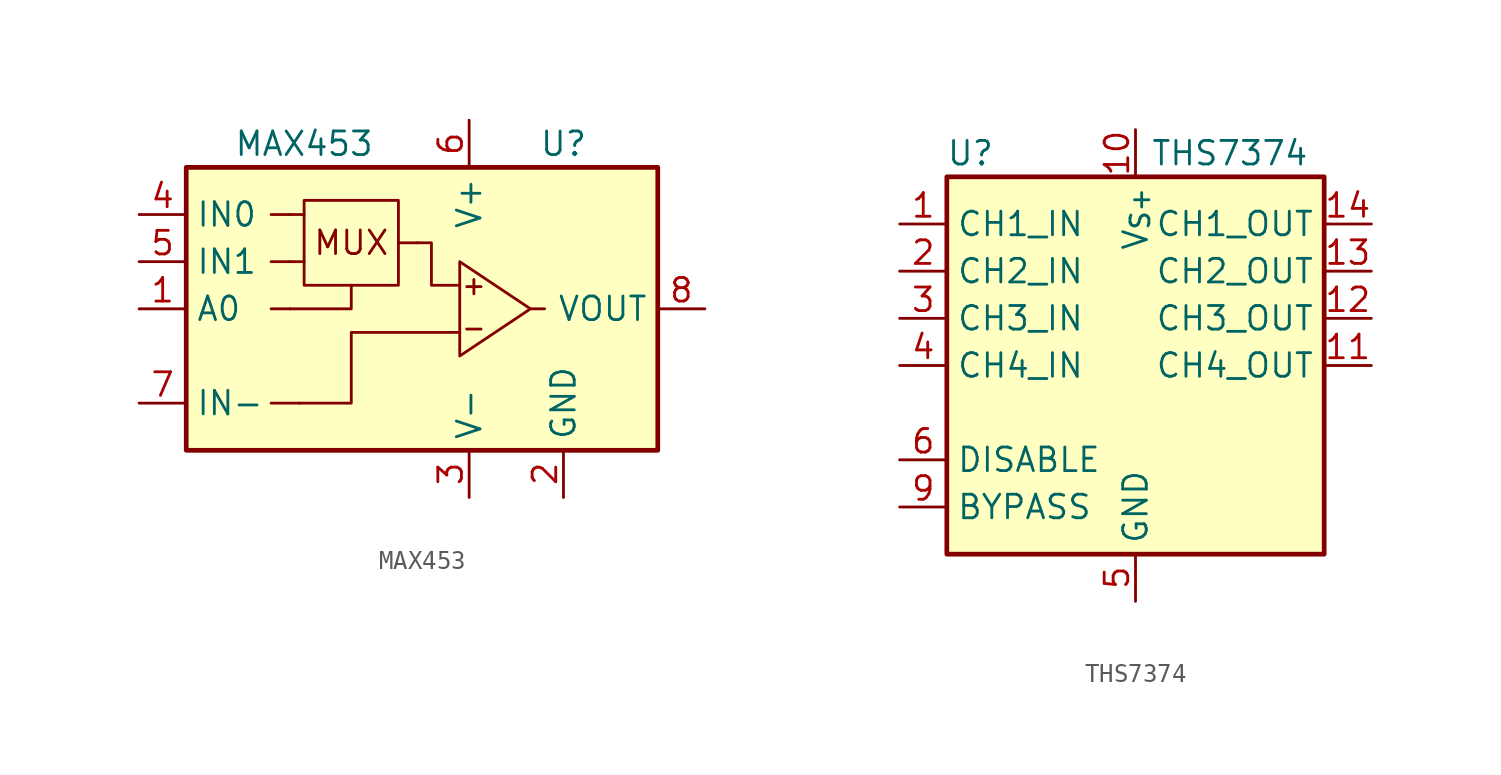
<source format=kicad_sym>
(kicad_symbol_lib
  (version 20211014)
  (generator kicad_symbol_editor)
  (symbol "MAX453"
    (property "Reference" "U"
      (at 7.62 8.89 0)
      (effects (font (size 1.27 1.27))))
    (property "Value" "MAX453"
      (at -6.35 8.89 0)
      (effects (font (size 1.27 1.27))))
    (symbol "MAX453_0_0"
      (rectangle (start -12.7 7.62) (end 12.7 -7.62) (stroke (width 0.254) (type default) (color 0 0 0 0)) (fill (type background)))
      (rectangle (start -6.35 5.842) (end -1.27 1.27) (stroke (width 0) (type default) (color 0 0 0 0)) (fill (type none)))
      (polyline (pts (xy -6.35 2.54) (xy -7.112 2.54)) (stroke (width 0) (type default) (color 0 0 0 0)) (fill (type none)))
      (polyline (pts (xy -6.35 5.08) (xy -7.112 5.08)) (stroke (width 0) (type default) (color 0 0 0 0)) (fill (type none)))
      (polyline (pts (xy -1.27 3.556) (xy -0.254 3.556)) (stroke (width 0) (type default) (color 0 0 0 0)) (fill (type none)))
      (polyline (pts (xy -3.81 1.27) (xy -3.81 0) (xy -7.112 0)) (stroke (width 0) (type default) (color 0 0 0 0)) (fill (type none)))
      (polyline (pts (xy 2.032 1.27) (xy 0.508 1.27) (xy 0.508 3.556) (xy -0.254 3.556)) (stroke (width 0) (type default) (color 0 0 0 0)) (fill (type none)))
      (polyline (pts (xy 5.842 0) (xy 2.032 2.54) (xy 2.032 -2.54) (xy 5.842 0)) (stroke (width 0) (type default) (color 0 0 0 0)) (fill (type none)))
      (polyline (pts (xy 2.032 -1.27) (xy 0.508 -1.27) (xy -3.81 -1.27) (xy -3.81 -5.08) (xy -6.604 -5.08)) (stroke (width 0) (type default) (color 0 0 0 0)) (fill (type none)))
      (text "+" (at 2.794 1.27 0) (effects (font (size 1.016 1.016))))
      (text "-" (at 2.794 -1.016 0) (effects (font (size 1.016 1.016))))
      (text "MUX" (at -3.81 3.556 0) (effects (font (size 1.27 1.27)))))
    (symbol "MAX453_0_1"
      (polyline (pts (xy -8.128 2.54) (xy -7.112 2.54)) (stroke (width 0) (type default) (color 0 0 0 0)) (fill (type none)))
      (polyline (pts (xy -7.112 0) (xy -8.128 0)) (stroke (width 0) (type default) (color 0 0 0 0)) (fill (type none)))
      (polyline (pts (xy -7.112 5.08) (xy -8.128 5.08)) (stroke (width 0) (type default) (color 0 0 0 0)) (fill (type none)))
      (polyline (pts (xy -6.604 -5.08) (xy -8.128 -5.08)) (stroke (width 0) (type default) (color 0 0 0 0)) (fill (type none)))
      (polyline (pts (xy 5.842 0) (xy 6.604 0)) (stroke (width 0) (type default) (color 0 0 0 0)) (fill (type none))))
    (symbol "MAX453_1_1"
      (pin input line (at -15.24 0 0) (length 2.54) (name "A0" (effects (font (size 1.27 1.27)))) (number "1" (effects (font (size 1.27 1.27)))))
      (pin power_in line (at 7.62 -10.16 90) (length 2.54) (name "GND" (effects (font (size 1.27 1.27)))) (number "2" (effects (font (size 1.27 1.27)))))
      (pin power_in line (at 2.54 -10.16 90) (length 2.54) (name "V-" (effects (font (size 1.27 1.27)))) (number "3" (effects (font (size 1.27 1.27)))))
      (pin input line (at -15.24 5.08 0) (length 2.54) (name "IN0" (effects (font (size 1.27 1.27)))) (number "4" (effects (font (size 1.27 1.27)))))
      (pin input line (at -15.24 2.54 0) (length 2.54) (name "IN1" (effects (font (size 1.27 1.27)))) (number "5" (effects (font (size 1.27 1.27)))))
      (pin power_in line (at 2.54 10.16 270) (length 2.54) (name "V+" (effects (font (size 1.27 1.27)))) (number "6" (effects (font (size 1.27 1.27)))))
      (pin input line (at -15.24 -5.08 0) (length 2.54) (name "IN-" (effects (font (size 1.27 1.27)))) (number "7" (effects (font (size 1.27 1.27)))))
      (pin output line (at 15.24 0 180) (length 2.54) (name "VOUT" (effects (font (size 1.27 1.27)))) (number "8" (effects (font (size 1.27 1.27)))))))
  (symbol "THS7374"
    (property "Reference" "U"
      (at -8.89 11.43 0)
      (effects (font (size 1.27 1.27))))
    (property "Value" "THS7374"
      (at 5.08 11.43 0)
      (effects (font (size 1.27 1.27))))
    (symbol "THS7374_0_1"
      (rectangle (start -10.16 10.16) (end 10.16 -10.16) (stroke (width 0.254) (type default) (color 0 0 0 0)) (fill (type background))))
    (symbol "THS7374_1_1"
      (pin input line (at -12.7 7.62 0) (length 2.54) (name "CH1_IN" (effects (font (size 1.27 1.27)))) (number "1" (effects (font (size 1.27 1.27)))))
      (pin power_in line (at 0 12.7 270) (length 2.54) (name "V_{S+}" (effects (font (size 1.27 1.27)))) (number "10" (effects (font (size 1.27 1.27)))))
      (pin output line (at 12.7 0 180) (length 2.54) (name "CH4_OUT" (effects (font (size 1.27 1.27)))) (number "11" (effects (font (size 1.27 1.27)))))
      (pin output line (at 12.7 2.54 180) (length 2.54) (name "CH3_OUT" (effects (font (size 1.27 1.27)))) (number "12" (effects (font (size 1.27 1.27)))))
      (pin output line (at 12.7 5.08 180) (length 2.54) (name "CH2_OUT" (effects (font (size 1.27 1.27)))) (number "13" (effects (font (size 1.27 1.27)))))
      (pin output line (at 12.7 7.62 180) (length 2.54) (name "CH1_OUT" (effects (font (size 1.27 1.27)))) (number "14" (effects (font (size 1.27 1.27)))))
      (pin input line (at -12.7 5.08 0) (length 2.54) (name "CH2_IN" (effects (font (size 1.27 1.27)))) (number "2" (effects (font (size 1.27 1.27)))))
      (pin input line (at -12.7 2.54 0) (length 2.54) (name "CH3_IN" (effects (font (size 1.27 1.27)))) (number "3" (effects (font (size 1.27 1.27)))))
      (pin input line (at -12.7 0 0) (length 2.54) (name "CH4_IN" (effects (font (size 1.27 1.27)))) (number "4" (effects (font (size 1.27 1.27)))))
      (pin power_in line (at 0 -12.7 90) (length 2.54) (name "GND" (effects (font (size 1.27 1.27)))) (number "5" (effects (font (size 1.27 1.27)))))
      (pin input line (at -12.7 -5.08 0) (length 2.54) (name "DISABLE" (effects (font (size 1.27 1.27)))) (number "6" (effects (font (size 1.27 1.27)))))
      (pin no_connect line (at 10.16 -5.08 180) (length 2.54) hide (name "NC" (effects (font (size 1.27 1.27)))) (number "7" (effects (font (size 1.27 1.27)))))
      (pin no_connect line (at 10.16 -7.62 180) (length 2.54) hide (name "NC" (effects (font (size 1.27 1.27)))) (number "8" (effects (font (size 1.27 1.27)))))
      (pin input line (at -12.7 -7.62 0) (length 2.54) (name "BYPASS" (effects (font (size 1.27 1.27)))) (number "9" (effects (font (size 1.27 1.27))))))))
</source>
